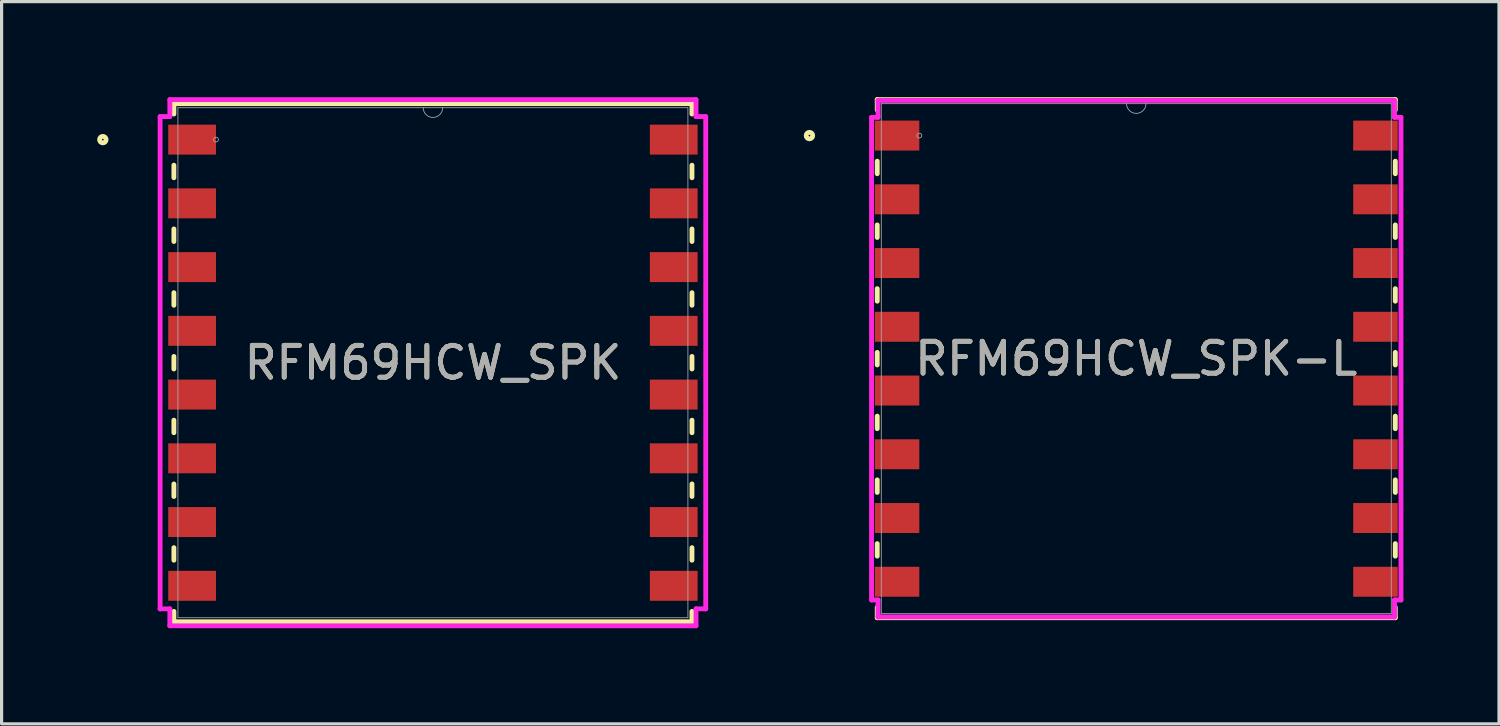
<source format=kicad_pcb>
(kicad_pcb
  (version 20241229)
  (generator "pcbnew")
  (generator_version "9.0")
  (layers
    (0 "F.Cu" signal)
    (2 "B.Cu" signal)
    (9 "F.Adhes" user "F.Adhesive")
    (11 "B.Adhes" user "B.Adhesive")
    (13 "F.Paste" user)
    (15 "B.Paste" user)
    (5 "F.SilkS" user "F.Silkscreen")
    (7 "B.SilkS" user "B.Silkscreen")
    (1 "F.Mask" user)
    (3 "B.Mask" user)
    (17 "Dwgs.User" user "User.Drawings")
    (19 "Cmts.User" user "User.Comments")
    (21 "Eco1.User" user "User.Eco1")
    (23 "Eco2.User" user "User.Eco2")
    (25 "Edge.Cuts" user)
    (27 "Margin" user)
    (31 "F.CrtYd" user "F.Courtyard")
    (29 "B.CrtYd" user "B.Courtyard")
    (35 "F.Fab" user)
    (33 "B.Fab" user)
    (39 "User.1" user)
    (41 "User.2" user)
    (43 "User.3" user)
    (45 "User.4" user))
  (footprint "RFM69HCW_SPK-L"
    (layer "F.Cu")
    (at 32.603 8.204)
    (property "Reference" "RFM69HCW_SPK-L" (at 0 0 0) (unlocked yes) (layer "F.SilkS") (effects (font (size 1 1) (thickness 0.15))))
    (attr smd)
    (fp_line (start -8.128 -8.128) (end -8.128 -7.803) (stroke (width 0.152) (type solid)) (layer "F.SilkS"))
    (fp_line (start -8.128 -6.197) (end -8.128 -5.803) (stroke (width 0.152) (type solid)) (layer "F.SilkS"))
    (fp_line (start -8.128 -4.197) (end -8.128 -3.803) (stroke (width 0.152) (type solid)) (layer "F.SilkS"))
    (fp_line (start -8.128 -2.197) (end -8.128 -1.803) (stroke (width 0.152) (type solid)) (layer "F.SilkS"))
    (fp_line (start -8.128 -0.197) (end -8.128 0.197) (stroke (width 0.152) (type solid)) (layer "F.SilkS"))
    (fp_line (start -8.128 1.803) (end -8.128 2.197) (stroke (width 0.152) (type solid)) (layer "F.SilkS"))
    (fp_line (start -8.128 3.803) (end -8.128 4.197) (stroke (width 0.152) (type solid)) (layer "F.SilkS"))
    (fp_line (start -8.128 5.803) (end -8.128 6.197) (stroke (width 0.152) (type solid)) (layer "F.SilkS"))
    (fp_line (start -8.128 7.803) (end -8.128 8.128) (stroke (width 0.152) (type solid)) (layer "F.SilkS"))
    (fp_line (start -8.128 8.128) (end 8.128 8.128) (stroke (width 0.152) (type solid)) (layer "F.SilkS"))
    (fp_line (start 8.128 -8.128) (end -8.128 -8.128) (stroke (width 0.152) (type solid)) (layer "F.SilkS"))
    (fp_line (start 8.128 -7.803) (end 8.128 -8.128) (stroke (width 0.152) (type solid)) (layer "F.SilkS"))
    (fp_line (start 8.128 -5.803) (end 8.128 -6.197) (stroke (width 0.152) (type solid)) (layer "F.SilkS"))
    (fp_line (start 8.128 -3.803) (end 8.128 -4.197) (stroke (width 0.152) (type solid)) (layer "F.SilkS"))
    (fp_line (start 8.128 -1.803) (end 8.128 -2.197) (stroke (width 0.152) (type solid)) (layer "F.SilkS"))
    (fp_line (start 8.128 0.197) (end 8.128 -0.197) (stroke (width 0.152) (type solid)) (layer "F.SilkS"))
    (fp_line (start 8.128 2.197) (end 8.128 1.803) (stroke (width 0.152) (type solid)) (layer "F.SilkS"))
    (fp_line (start 8.128 4.197) (end 8.128 3.803) (stroke (width 0.152) (type solid)) (layer "F.SilkS"))
    (fp_line (start 8.128 6.197) (end 8.128 5.803) (stroke (width 0.152) (type solid)) (layer "F.SilkS"))
    (fp_line (start 8.128 8.128) (end 8.128 7.803) (stroke (width 0.152) (type solid)) (layer "F.SilkS"))
    (fp_circle (center -10.255 -7) (end -10.153 -7) (stroke (width 0.152) (type solid)) (fill no) (layer "F.SilkS"))
    (fp_line (start -8.306 -7.572) (end -8.103 -7.572) (stroke (width 0.152) (type solid)) (layer "F.CrtYd"))
    (fp_line (start -8.306 7.572) (end -8.306 -7.572) (stroke (width 0.152) (type solid)) (layer "F.CrtYd"))
    (fp_line (start -8.306 7.572) (end -8.103 7.572) (stroke (width 0.152) (type solid)) (layer "F.CrtYd"))
    (fp_line (start -8.103 -8.103) (end 8.103 -8.103) (stroke (width 0.152) (type solid)) (layer "F.CrtYd"))
    (fp_line (start -8.103 -7.572) (end -8.103 -8.103) (stroke (width 0.152) (type solid)) (layer "F.CrtYd"))
    (fp_line (start -8.103 8.103) (end -8.103 7.572) (stroke (width 0.152) (type solid)) (layer "F.CrtYd"))
    (fp_line (start 8.103 -8.103) (end 8.103 -7.572) (stroke (width 0.152) (type solid)) (layer "F.CrtYd"))
    (fp_line (start 8.103 7.572) (end 8.103 8.103) (stroke (width 0.152) (type solid)) (layer "F.CrtYd"))
    (fp_line (start 8.103 8.103) (end -8.103 8.103) (stroke (width 0.152) (type solid)) (layer "F.CrtYd"))
    (fp_line (start 8.306 -7.572) (end 8.103 -7.572) (stroke (width 0.152) (type solid)) (layer "F.CrtYd"))
    (fp_line (start 8.306 -7.572) (end 8.306 7.572) (stroke (width 0.152) (type solid)) (layer "F.CrtYd"))
    (fp_line (start 8.306 7.572) (end 8.103 7.572) (stroke (width 0.152) (type solid)) (layer "F.CrtYd"))
    (fp_line (start -8.001 -8.001) (end -8.001 8.001) (stroke (width 0.025) (type solid)) (layer "F.Fab"))
    (fp_line (start -8.001 8.001) (end 8.001 8.001) (stroke (width 0.025) (type solid)) (layer "F.Fab"))
    (fp_line (start 8.001 -8.001) (end -8.001 -8.001) (stroke (width 0.025) (type solid)) (layer "F.Fab"))
    (fp_line (start 8.001 8.001) (end 8.001 -8.001) (stroke (width 0.025) (type solid)) (layer "F.Fab"))
    (fp_arc (start 0.3048 -8.001) (mid 0 -7.6962) (end -0.3048 -8.001) (stroke (width 0.0254) (type solid)) (layer "F.Fab"))
    (fp_circle (center -6.807 -7) (end -6.731 -7) (stroke (width 0.025) (type solid)) (fill no) (layer "F.Fab"))
    (fp_text user "${REFERENCE}" (at 0 0 0) (unlocked yes) (layer "F.Fab") (effects (font (size 1 1) (thickness 0.15))))
    (pad "1" smd rect (at -7.506 -7) (size 1.397 0.94) (layers "F.Cu" "F.Mask" "F.Paste"))
    (pad "2" smd rect (at -7.506 -5) (size 1.397 0.94) (layers "F.Cu" "F.Mask" "F.Paste"))
    (pad "3" smd rect (at -7.506 -3) (size 1.397 0.94) (layers "F.Cu" "F.Mask" "F.Paste"))
    (pad "4" smd rect (at -7.506 -1) (size 1.397 0.94) (layers "F.Cu" "F.Mask" "F.Paste"))
    (pad "5" smd rect (at -7.506 1) (size 1.397 0.94) (layers "F.Cu" "F.Mask" "F.Paste"))
    (pad "6" smd rect (at -7.506 3) (size 1.397 0.94) (layers "F.Cu" "F.Mask" "F.Paste"))
    (pad "7" smd rect (at -7.506 5) (size 1.397 0.94) (layers "F.Cu" "F.Mask" "F.Paste"))
    (pad "8" smd rect (at -7.506 7) (size 1.397 0.94) (layers "F.Cu" "F.Mask" "F.Paste"))
    (pad "9" smd rect (at 7.506 7) (size 1.397 0.94) (layers "F.Cu" "F.Mask" "F.Paste"))
    (pad "10" smd rect (at 7.506 5) (size 1.397 0.94) (layers "F.Cu" "F.Mask" "F.Paste"))
    (pad "11" smd rect (at 7.506 3) (size 1.397 0.94) (layers "F.Cu" "F.Mask" "F.Paste"))
    (pad "12" smd rect (at 7.506 1) (size 1.397 0.94) (layers "F.Cu" "F.Mask" "F.Paste"))
    (pad "13" smd rect (at 7.506 -1) (size 1.397 0.94) (layers "F.Cu" "F.Mask" "F.Paste"))
    (pad "14" smd rect (at 7.506 -3) (size 1.397 0.94) (layers "F.Cu" "F.Mask" "F.Paste"))
    (pad "15" smd rect (at 7.506 -5) (size 1.397 0.94) (layers "F.Cu" "F.Mask" "F.Paste"))
    (pad "16" smd rect (at 7.506 -7) (size 1.397 0.94) (layers "F.Cu" "F.Mask" "F.Paste")))
  (footprint "RFM69HCW_SPK"
    (layer "F.Cu")
    (at 10.534 8.331)
    (property "Reference" "RFM69HCW_SPK" (at 0 0 0) (unlocked yes) (layer "F.SilkS") (effects (font (size 1 1) (thickness 0.15))))
    (attr smd)
    (fp_line (start -8.128 -8.128) (end -8.128 -7.803) (stroke (width 0.152) (type solid)) (layer "F.SilkS"))
    (fp_line (start -8.128 -6.197) (end -8.128 -5.803) (stroke (width 0.152) (type solid)) (layer "F.SilkS"))
    (fp_line (start -8.128 -4.197) (end -8.128 -3.803) (stroke (width 0.152) (type solid)) (layer "F.SilkS"))
    (fp_line (start -8.128 -2.197) (end -8.128 -1.803) (stroke (width 0.152) (type solid)) (layer "F.SilkS"))
    (fp_line (start -8.128 -0.197) (end -8.128 0.197) (stroke (width 0.152) (type solid)) (layer "F.SilkS"))
    (fp_line (start -8.128 1.803) (end -8.128 2.197) (stroke (width 0.152) (type solid)) (layer "F.SilkS"))
    (fp_line (start -8.128 3.803) (end -8.128 4.197) (stroke (width 0.152) (type solid)) (layer "F.SilkS"))
    (fp_line (start -8.128 5.803) (end -8.128 6.197) (stroke (width 0.152) (type solid)) (layer "F.SilkS"))
    (fp_line (start -8.128 7.803) (end -8.128 8.128) (stroke (width 0.152) (type solid)) (layer "F.SilkS"))
    (fp_line (start -8.128 8.128) (end 8.128 8.128) (stroke (width 0.152) (type solid)) (layer "F.SilkS"))
    (fp_line (start 8.128 -8.128) (end -8.128 -8.128) (stroke (width 0.152) (type solid)) (layer "F.SilkS"))
    (fp_line (start 8.128 -7.803) (end 8.128 -8.128) (stroke (width 0.152) (type solid)) (layer "F.SilkS"))
    (fp_line (start 8.128 -5.803) (end 8.128 -6.197) (stroke (width 0.152) (type solid)) (layer "F.SilkS"))
    (fp_line (start 8.128 -3.803) (end 8.128 -4.197) (stroke (width 0.152) (type solid)) (layer "F.SilkS"))
    (fp_line (start 8.128 -1.803) (end 8.128 -2.197) (stroke (width 0.152) (type solid)) (layer "F.SilkS"))
    (fp_line (start 8.128 0.197) (end 8.128 -0.197) (stroke (width 0.152) (type solid)) (layer "F.SilkS"))
    (fp_line (start 8.128 2.197) (end 8.128 1.803) (stroke (width 0.152) (type solid)) (layer "F.SilkS"))
    (fp_line (start 8.128 4.197) (end 8.128 3.803) (stroke (width 0.152) (type solid)) (layer "F.SilkS"))
    (fp_line (start 8.128 6.197) (end 8.128 5.803) (stroke (width 0.152) (type solid)) (layer "F.SilkS"))
    (fp_line (start 8.128 8.128) (end 8.128 7.803) (stroke (width 0.152) (type solid)) (layer "F.SilkS"))
    (fp_circle (center -10.357 -7) (end -10.255 -7) (stroke (width 0.152) (type solid)) (fill no) (layer "F.SilkS"))
    (fp_line (start -8.56 -7.724) (end -8.255 -7.724) (stroke (width 0.152) (type solid)) (layer "F.CrtYd"))
    (fp_line (start -8.56 7.724) (end -8.56 -7.724) (stroke (width 0.152) (type solid)) (layer "F.CrtYd"))
    (fp_line (start -8.56 7.724) (end -8.255 7.724) (stroke (width 0.152) (type solid)) (layer "F.CrtYd"))
    (fp_line (start -8.255 -8.255) (end 8.255 -8.255) (stroke (width 0.152) (type solid)) (layer "F.CrtYd"))
    (fp_line (start -8.255 -7.724) (end -8.255 -8.255) (stroke (width 0.152) (type solid)) (layer "F.CrtYd"))
    (fp_line (start -8.255 8.255) (end -8.255 7.724) (stroke (width 0.152) (type solid)) (layer "F.CrtYd"))
    (fp_line (start 8.255 -8.255) (end 8.255 -7.724) (stroke (width 0.152) (type solid)) (layer "F.CrtYd"))
    (fp_line (start 8.255 7.724) (end 8.255 8.255) (stroke (width 0.152) (type solid)) (layer "F.CrtYd"))
    (fp_line (start 8.255 8.255) (end -8.255 8.255) (stroke (width 0.152) (type solid)) (layer "F.CrtYd"))
    (fp_line (start 8.56 -7.724) (end 8.255 -7.724) (stroke (width 0.152) (type solid)) (layer "F.CrtYd"))
    (fp_line (start 8.56 -7.724) (end 8.56 7.724) (stroke (width 0.152) (type solid)) (layer "F.CrtYd"))
    (fp_line (start 8.56 7.724) (end 8.255 7.724) (stroke (width 0.152) (type solid)) (layer "F.CrtYd"))
    (fp_line (start -8.001 -8.001) (end -8.001 8.001) (stroke (width 0.025) (type solid)) (layer "F.Fab"))
    (fp_line (start -8.001 8.001) (end 8.001 8.001) (stroke (width 0.025) (type solid)) (layer "F.Fab"))
    (fp_line (start 8.001 -8.001) (end -8.001 -8.001) (stroke (width 0.025) (type solid)) (layer "F.Fab"))
    (fp_line (start 8.001 8.001) (end 8.001 -8.001) (stroke (width 0.025) (type solid)) (layer "F.Fab"))
    (fp_arc (start 0.3048 -8.001) (mid 0 -7.6962) (end -0.3048 -8.001) (stroke (width 0.0254) (type solid)) (layer "F.Fab"))
    (fp_circle (center -6.807 -7) (end -6.731 -7) (stroke (width 0.025) (type solid)) (fill no) (layer "F.Fab"))
    (fp_text user "${REFERENCE}" (at 0 0 0) (unlocked yes) (layer "F.Fab") (effects (font (size 1 1) (thickness 0.15))))
    (pad "1" smd rect (at -7.556 -7) (size 1.499 0.94) (layers "F.Cu" "F.Mask" "F.Paste"))
    (pad "2" smd rect (at -7.556 -5) (size 1.499 0.94) (layers "F.Cu" "F.Mask" "F.Paste"))
    (pad "3" smd rect (at -7.556 -3) (size 1.499 0.94) (layers "F.Cu" "F.Mask" "F.Paste"))
    (pad "4" smd rect (at -7.556 -1) (size 1.499 0.94) (layers "F.Cu" "F.Mask" "F.Paste"))
    (pad "5" smd rect (at -7.556 1) (size 1.499 0.94) (layers "F.Cu" "F.Mask" "F.Paste"))
    (pad "6" smd rect (at -7.556 3) (size 1.499 0.94) (layers "F.Cu" "F.Mask" "F.Paste"))
    (pad "7" smd rect (at -7.556 5) (size 1.499 0.94) (layers "F.Cu" "F.Mask" "F.Paste"))
    (pad "8" smd rect (at -7.556 7) (size 1.499 0.94) (layers "F.Cu" "F.Mask" "F.Paste"))
    (pad "9" smd rect (at 7.556 7) (size 1.499 0.94) (layers "F.Cu" "F.Mask" "F.Paste"))
    (pad "10" smd rect (at 7.556 5) (size 1.499 0.94) (layers "F.Cu" "F.Mask" "F.Paste"))
    (pad "11" smd rect (at 7.556 3) (size 1.499 0.94) (layers "F.Cu" "F.Mask" "F.Paste"))
    (pad "12" smd rect (at 7.556 1) (size 1.499 0.94) (layers "F.Cu" "F.Mask" "F.Paste"))
    (pad "13" smd rect (at 7.556 -1) (size 1.499 0.94) (layers "F.Cu" "F.Mask" "F.Paste"))
    (pad "14" smd rect (at 7.556 -3) (size 1.499 0.94) (layers "F.Cu" "F.Mask" "F.Paste"))
    (pad "15" smd rect (at 7.556 -5) (size 1.499 0.94) (layers "F.Cu" "F.Mask" "F.Paste"))
    (pad "16" smd rect (at 7.556 -7) (size 1.499 0.94) (layers "F.Cu" "F.Mask" "F.Paste")))
  (gr_rect
    (start -3 -3)
    (end 43.985 19.662)
    (stroke (width 0.1) (type default))
    (fill no)
    (layer "Edge.Cuts")))
</source>
